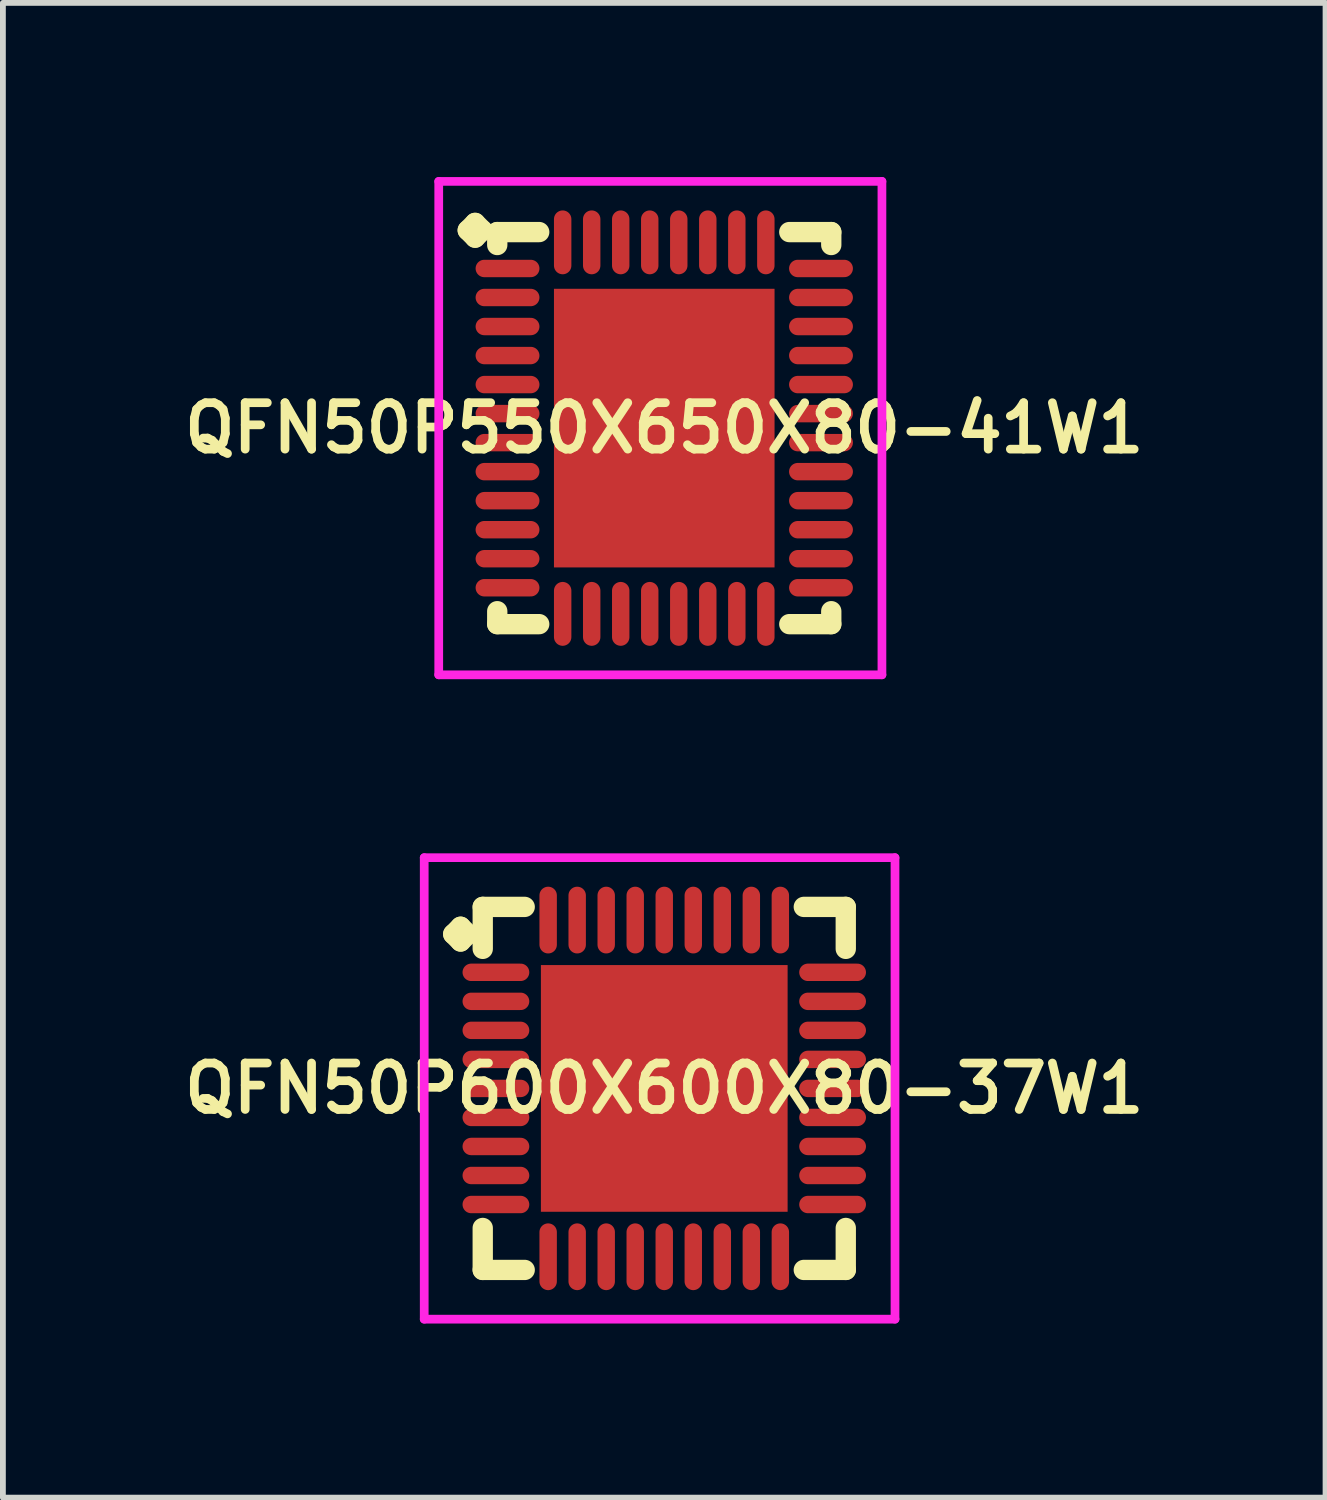
<source format=kicad_pcb>
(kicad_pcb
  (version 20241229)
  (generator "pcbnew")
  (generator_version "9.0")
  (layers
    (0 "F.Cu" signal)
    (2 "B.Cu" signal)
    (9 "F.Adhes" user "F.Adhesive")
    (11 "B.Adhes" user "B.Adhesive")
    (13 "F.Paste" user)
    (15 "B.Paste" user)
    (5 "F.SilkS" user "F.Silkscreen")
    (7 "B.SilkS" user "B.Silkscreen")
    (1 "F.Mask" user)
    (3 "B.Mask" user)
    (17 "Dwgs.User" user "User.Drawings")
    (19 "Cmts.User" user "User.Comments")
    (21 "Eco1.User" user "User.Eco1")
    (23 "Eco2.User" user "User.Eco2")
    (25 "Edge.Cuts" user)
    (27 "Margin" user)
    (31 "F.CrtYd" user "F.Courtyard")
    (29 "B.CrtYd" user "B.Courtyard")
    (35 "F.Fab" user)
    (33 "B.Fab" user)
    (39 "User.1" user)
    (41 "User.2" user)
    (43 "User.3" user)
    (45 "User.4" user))
  (footprint "QFN50P550X650X80-41W1"
    (layer "F.Cu")
    (at 8.393 4.325)
    (property "Reference" "QFN50P550X650X80-41W1" (at 0 0 0) (layer "F.SilkS") (effects (font (size 0.8 0.8) (thickness 0.15))))
    (attr smd)
    (fp_line (start -3.385 -3.408) (end -3.258 -3.535) (stroke (width 0.35) (type solid)) (layer "F.SilkS"))
    (fp_line (start -3.258 -3.535) (end -3.131 -3.408) (stroke (width 0.35) (type solid)) (layer "F.SilkS"))
    (fp_line (start -3.258 -3.281) (end -3.385 -3.408) (stroke (width 0.35) (type solid)) (layer "F.SilkS"))
    (fp_line (start -3.131 -3.408) (end -3.258 -3.281) (stroke (width 0.35) (type solid)) (layer "F.SilkS"))
    (fp_line (start -2.877 -3.377) (end -2.154 -3.377) (stroke (width 0.35) (type solid)) (layer "F.SilkS"))
    (fp_line (start -2.877 -3.154) (end -2.877 -3.377) (stroke (width 0.35) (type solid)) (layer "F.SilkS"))
    (fp_line (start -2.877 3.154) (end -2.877 3.377) (stroke (width 0.35) (type solid)) (layer "F.SilkS"))
    (fp_line (start -2.877 3.377) (end -2.154 3.377) (stroke (width 0.35) (type solid)) (layer "F.SilkS"))
    (fp_line (start 2.154 -3.377) (end 2.877 -3.377) (stroke (width 0.35) (type solid)) (layer "F.SilkS"))
    (fp_line (start 2.154 3.377) (end 2.877 3.377) (stroke (width 0.35) (type solid)) (layer "F.SilkS"))
    (fp_line (start 2.877 -3.377) (end 2.877 -3.154) (stroke (width 0.35) (type solid)) (layer "F.SilkS"))
    (fp_line (start 2.877 3.377) (end 2.877 3.154) (stroke (width 0.35) (type solid)) (layer "F.SilkS"))
    (fp_line (start -3.885 -4.25) (end 3.75 -4.25) (stroke (width 0.15) (type solid)) (layer "F.CrtYd"))
    (fp_line (start -3.885 4.25) (end -3.885 -4.25) (stroke (width 0.15) (type solid)) (layer "F.CrtYd"))
    (fp_line (start 3.75 -4.25) (end 3.75 4.25) (stroke (width 0.15) (type solid)) (layer "F.CrtYd"))
    (fp_line (start 3.75 4.25) (end -3.885 4.25) (stroke (width 0.15) (type solid)) (layer "F.CrtYd"))
    (pad "1" smd oval (at -2.7 -2.75) (size 1.1 0.3) (layers "F.Cu" "F.Mask" "F.Paste"))
    (pad "2" smd oval (at -2.7 -2.25) (size 1.1 0.3) (layers "F.Cu" "F.Mask" "F.Paste"))
    (pad "3" smd oval (at -2.7 -1.75) (size 1.1 0.3) (layers "F.Cu" "F.Mask" "F.Paste"))
    (pad "4" smd oval (at -2.7 -1.25) (size 1.1 0.3) (layers "F.Cu" "F.Mask" "F.Paste"))
    (pad "5" smd oval (at -2.7 -0.75) (size 1.1 0.3) (layers "F.Cu" "F.Mask" "F.Paste"))
    (pad "6" smd oval (at -2.7 -0.25) (size 1.1 0.3) (layers "F.Cu" "F.Mask" "F.Paste"))
    (pad "7" smd oval (at -2.7 0.25) (size 1.1 0.3) (layers "F.Cu" "F.Mask" "F.Paste"))
    (pad "8" smd oval (at -2.7 0.75) (size 1.1 0.3) (layers "F.Cu" "F.Mask" "F.Paste"))
    (pad "9" smd oval (at -2.7 1.25) (size 1.1 0.3) (layers "F.Cu" "F.Mask" "F.Paste"))
    (pad "10" smd oval (at -2.7 1.75) (size 1.1 0.3) (layers "F.Cu" "F.Mask" "F.Paste"))
    (pad "11" smd oval (at -2.7 2.25) (size 1.1 0.3) (layers "F.Cu" "F.Mask" "F.Paste"))
    (pad "12" smd oval (at -2.7 2.75) (size 1.1 0.3) (layers "F.Cu" "F.Mask" "F.Paste"))
    (pad "13" smd oval (at -1.75 3.2) (size 0.3 1.1) (layers "F.Cu" "F.Mask" "F.Paste"))
    (pad "14" smd oval (at -1.25 3.2) (size 0.3 1.1) (layers "F.Cu" "F.Mask" "F.Paste"))
    (pad "15" smd oval (at -0.75 3.2) (size 0.3 1.1) (layers "F.Cu" "F.Mask" "F.Paste"))
    (pad "16" smd oval (at -0.25 3.2) (size 0.3 1.1) (layers "F.Cu" "F.Mask" "F.Paste"))
    (pad "17" smd oval (at 0.25 3.2) (size 0.3 1.1) (layers "F.Cu" "F.Mask" "F.Paste"))
    (pad "18" smd oval (at 0.75 3.2) (size 0.3 1.1) (layers "F.Cu" "F.Mask" "F.Paste"))
    (pad "19" smd oval (at 1.25 3.2) (size 0.3 1.1) (layers "F.Cu" "F.Mask" "F.Paste"))
    (pad "20" smd oval (at 1.75 3.2) (size 0.3 1.1) (layers "F.Cu" "F.Mask" "F.Paste"))
    (pad "21" smd oval (at 2.7 2.75) (size 1.1 0.3) (layers "F.Cu" "F.Mask" "F.Paste"))
    (pad "22" smd oval (at 2.7 2.25) (size 1.1 0.3) (layers "F.Cu" "F.Mask" "F.Paste"))
    (pad "23" smd oval (at 2.7 1.75) (size 1.1 0.3) (layers "F.Cu" "F.Mask" "F.Paste"))
    (pad "24" smd oval (at 2.7 1.25) (size 1.1 0.3) (layers "F.Cu" "F.Mask" "F.Paste"))
    (pad "25" smd oval (at 2.7 0.75) (size 1.1 0.3) (layers "F.Cu" "F.Mask" "F.Paste"))
    (pad "26" smd oval (at 2.7 0.25) (size 1.1 0.3) (layers "F.Cu" "F.Mask" "F.Paste"))
    (pad "27" smd oval (at 2.7 -0.25) (size 1.1 0.3) (layers "F.Cu" "F.Mask" "F.Paste"))
    (pad "28" smd oval (at 2.7 -0.75) (size 1.1 0.3) (layers "F.Cu" "F.Mask" "F.Paste"))
    (pad "29" smd oval (at 2.7 -1.25) (size 1.1 0.3) (layers "F.Cu" "F.Mask" "F.Paste"))
    (pad "30" smd oval (at 2.7 -1.75) (size 1.1 0.3) (layers "F.Cu" "F.Mask" "F.Paste"))
    (pad "31" smd oval (at 2.7 -2.25) (size 1.1 0.3) (layers "F.Cu" "F.Mask" "F.Paste"))
    (pad "32" smd oval (at 2.7 -2.75) (size 1.1 0.3) (layers "F.Cu" "F.Mask" "F.Paste"))
    (pad "33" smd oval (at 1.75 -3.2) (size 0.3 1.1) (layers "F.Cu" "F.Mask" "F.Paste"))
    (pad "34" smd oval (at 1.25 -3.2) (size 0.3 1.1) (layers "F.Cu" "F.Mask" "F.Paste"))
    (pad "35" smd oval (at 0.75 -3.2) (size 0.3 1.1) (layers "F.Cu" "F.Mask" "F.Paste"))
    (pad "36" smd oval (at 0.25 -3.2) (size 0.3 1.1) (layers "F.Cu" "F.Mask" "F.Paste"))
    (pad "37" smd oval (at -0.25 -3.2) (size 0.3 1.1) (layers "F.Cu" "F.Mask" "F.Paste"))
    (pad "38" smd oval (at -0.75 -3.2) (size 0.3 1.1) (layers "F.Cu" "F.Mask" "F.Paste"))
    (pad "39" smd oval (at -1.25 -3.2) (size 0.3 1.1) (layers "F.Cu" "F.Mask" "F.Paste"))
    (pad "40" smd oval (at -1.75 -3.2) (size 0.3 1.1) (layers "F.Cu" "F.Mask" "F.Paste"))
    (pad "41" smd rect (at 0 0) (size 3.8 4.8) (layers "F.Cu" "F.Mask" "F.Paste")))
  (footprint "QFN50P600X600X80-37W1"
    (layer "F.Cu")
    (at 8.393 15.7)
    (property "Reference" "QFN50P600X600X80-37W1" (at 0 0 0) (layer "F.SilkS") (effects (font (size 0.8 0.8) (thickness 0.15))))
    (attr smd)
    (fp_line (start -3.635 -2.658) (end -3.508 -2.785) (stroke (width 0.35) (type solid)) (layer "F.SilkS"))
    (fp_line (start -3.508 -2.785) (end -3.381 -2.658) (stroke (width 0.35) (type solid)) (layer "F.SilkS"))
    (fp_line (start -3.508 -2.531) (end -3.635 -2.658) (stroke (width 0.35) (type solid)) (layer "F.SilkS"))
    (fp_line (start -3.381 -2.658) (end -3.508 -2.531) (stroke (width 0.35) (type solid)) (layer "F.SilkS"))
    (fp_line (start -3.127 -3.127) (end -2.404 -3.127) (stroke (width 0.35) (type solid)) (layer "F.SilkS"))
    (fp_line (start -3.127 -2.404) (end -3.127 -3.127) (stroke (width 0.35) (type solid)) (layer "F.SilkS"))
    (fp_line (start -3.127 2.404) (end -3.127 3.127) (stroke (width 0.35) (type solid)) (layer "F.SilkS"))
    (fp_line (start -3.127 3.127) (end -2.404 3.127) (stroke (width 0.35) (type solid)) (layer "F.SilkS"))
    (fp_line (start 2.404 -3.127) (end 3.127 -3.127) (stroke (width 0.35) (type solid)) (layer "F.SilkS"))
    (fp_line (start 2.404 3.127) (end 3.127 3.127) (stroke (width 0.35) (type solid)) (layer "F.SilkS"))
    (fp_line (start 3.127 -3.127) (end 3.127 -2.404) (stroke (width 0.35) (type solid)) (layer "F.SilkS"))
    (fp_line (start 3.127 3.127) (end 3.127 2.404) (stroke (width 0.35) (type solid)) (layer "F.SilkS"))
    (fp_line (start -4.135 -3.975) (end 3.975 -3.975) (stroke (width 0.15) (type solid)) (layer "F.CrtYd"))
    (fp_line (start -4.135 3.975) (end -4.135 -3.975) (stroke (width 0.15) (type solid)) (layer "F.CrtYd"))
    (fp_line (start 3.975 -3.975) (end 3.975 3.975) (stroke (width 0.15) (type solid)) (layer "F.CrtYd"))
    (fp_line (start 3.975 3.975) (end -4.135 3.975) (stroke (width 0.15) (type solid)) (layer "F.CrtYd"))
    (pad "1" smd oval (at -2.9 -2) (size 1.15 0.3) (layers "F.Cu" "F.Mask" "F.Paste"))
    (pad "2" smd oval (at -2.9 -1.5) (size 1.15 0.3) (layers "F.Cu" "F.Mask" "F.Paste"))
    (pad "3" smd oval (at -2.9 -1) (size 1.15 0.3) (layers "F.Cu" "F.Mask" "F.Paste"))
    (pad "4" smd oval (at -2.9 -0.5) (size 1.15 0.3) (layers "F.Cu" "F.Mask" "F.Paste"))
    (pad "5" smd oval (at -2.9 0) (size 1.15 0.3) (layers "F.Cu" "F.Mask" "F.Paste"))
    (pad "6" smd oval (at -2.9 0.5) (size 1.15 0.3) (layers "F.Cu" "F.Mask" "F.Paste"))
    (pad "7" smd oval (at -2.9 1) (size 1.15 0.3) (layers "F.Cu" "F.Mask" "F.Paste"))
    (pad "8" smd oval (at -2.9 1.5) (size 1.15 0.3) (layers "F.Cu" "F.Mask" "F.Paste"))
    (pad "9" smd oval (at -2.9 2) (size 1.15 0.3) (layers "F.Cu" "F.Mask" "F.Paste"))
    (pad "10" smd oval (at -2 2.9) (size 0.3 1.15) (layers "F.Cu" "F.Mask" "F.Paste"))
    (pad "11" smd oval (at -1.5 2.9) (size 0.3 1.15) (layers "F.Cu" "F.Mask" "F.Paste"))
    (pad "12" smd oval (at -1 2.9) (size 0.3 1.15) (layers "F.Cu" "F.Mask" "F.Paste"))
    (pad "13" smd oval (at -0.5 2.9) (size 0.3 1.15) (layers "F.Cu" "F.Mask" "F.Paste"))
    (pad "14" smd oval (at 0 2.9) (size 0.3 1.15) (layers "F.Cu" "F.Mask" "F.Paste"))
    (pad "15" smd oval (at 0.5 2.9) (size 0.3 1.15) (layers "F.Cu" "F.Mask" "F.Paste"))
    (pad "16" smd oval (at 1 2.9) (size 0.3 1.15) (layers "F.Cu" "F.Mask" "F.Paste"))
    (pad "17" smd oval (at 1.5 2.9) (size 0.3 1.15) (layers "F.Cu" "F.Mask" "F.Paste"))
    (pad "18" smd oval (at 2 2.9) (size 0.3 1.15) (layers "F.Cu" "F.Mask" "F.Paste"))
    (pad "19" smd oval (at 2.9 2) (size 1.15 0.3) (layers "F.Cu" "F.Mask" "F.Paste"))
    (pad "20" smd oval (at 2.9 1.5) (size 1.15 0.3) (layers "F.Cu" "F.Mask" "F.Paste"))
    (pad "21" smd oval (at 2.9 1) (size 1.15 0.3) (layers "F.Cu" "F.Mask" "F.Paste"))
    (pad "22" smd oval (at 2.9 0.5) (size 1.15 0.3) (layers "F.Cu" "F.Mask" "F.Paste"))
    (pad "23" smd oval (at 2.9 0) (size 1.15 0.3) (layers "F.Cu" "F.Mask" "F.Paste"))
    (pad "24" smd oval (at 2.9 -0.5) (size 1.15 0.3) (layers "F.Cu" "F.Mask" "F.Paste"))
    (pad "25" smd oval (at 2.9 -1) (size 1.15 0.3) (layers "F.Cu" "F.Mask" "F.Paste"))
    (pad "26" smd oval (at 2.9 -1.5) (size 1.15 0.3) (layers "F.Cu" "F.Mask" "F.Paste"))
    (pad "27" smd oval (at 2.9 -2) (size 1.15 0.3) (layers "F.Cu" "F.Mask" "F.Paste"))
    (pad "28" smd oval (at 2 -2.9) (size 0.3 1.15) (layers "F.Cu" "F.Mask" "F.Paste"))
    (pad "29" smd oval (at 1.5 -2.9) (size 0.3 1.15) (layers "F.Cu" "F.Mask" "F.Paste"))
    (pad "30" smd oval (at 1 -2.9) (size 0.3 1.15) (layers "F.Cu" "F.Mask" "F.Paste"))
    (pad "31" smd oval (at 0.5 -2.9) (size 0.3 1.15) (layers "F.Cu" "F.Mask" "F.Paste"))
    (pad "32" smd oval (at 0 -2.9) (size 0.3 1.15) (layers "F.Cu" "F.Mask" "F.Paste"))
    (pad "33" smd oval (at -0.5 -2.9) (size 0.3 1.15) (layers "F.Cu" "F.Mask" "F.Paste"))
    (pad "34" smd oval (at -1 -2.9) (size 0.3 1.15) (layers "F.Cu" "F.Mask" "F.Paste"))
    (pad "35" smd oval (at -1.5 -2.9) (size 0.3 1.15) (layers "F.Cu" "F.Mask" "F.Paste"))
    (pad "36" smd oval (at -2 -2.9) (size 0.3 1.15) (layers "F.Cu" "F.Mask" "F.Paste"))
    (pad "37" smd rect (at 0 0) (size 4.25 4.25) (layers "F.Cu" "F.Mask" "F.Paste")))
  (gr_rect
    (start -3 -3)
    (end 19.785 22.75)
    (stroke (width 0.1) (type default))
    (fill no)
    (layer "Edge.Cuts")))
</source>
